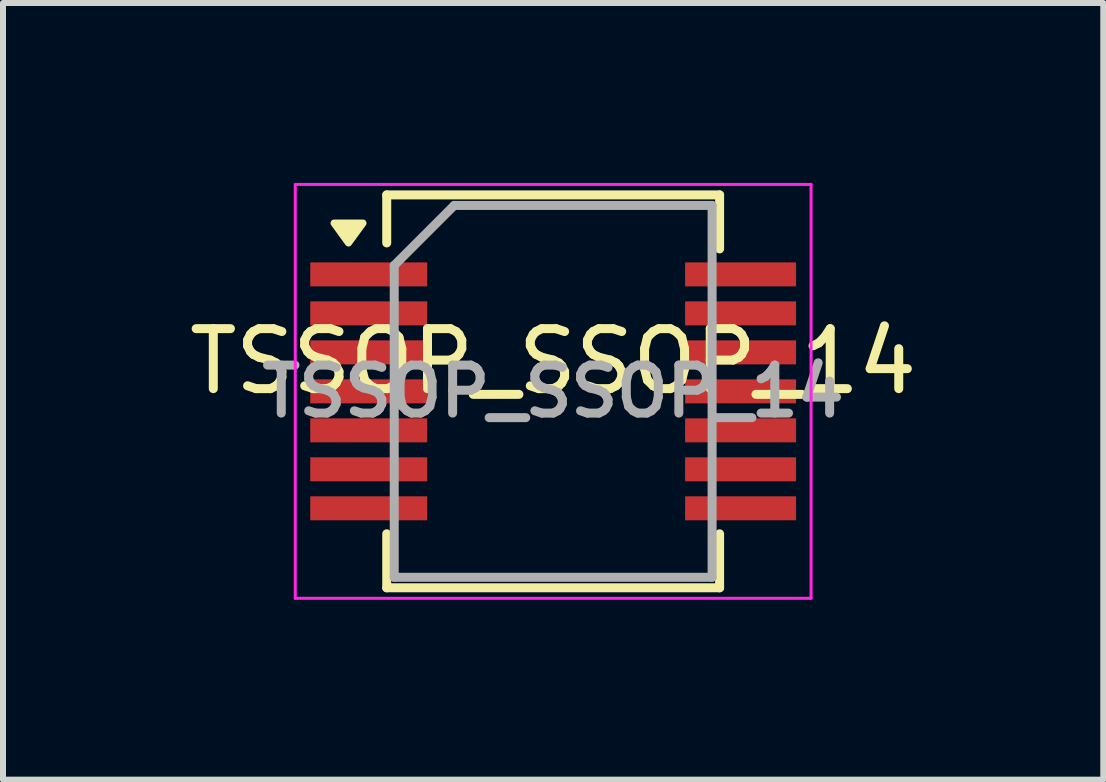
<source format=kicad_pcb>
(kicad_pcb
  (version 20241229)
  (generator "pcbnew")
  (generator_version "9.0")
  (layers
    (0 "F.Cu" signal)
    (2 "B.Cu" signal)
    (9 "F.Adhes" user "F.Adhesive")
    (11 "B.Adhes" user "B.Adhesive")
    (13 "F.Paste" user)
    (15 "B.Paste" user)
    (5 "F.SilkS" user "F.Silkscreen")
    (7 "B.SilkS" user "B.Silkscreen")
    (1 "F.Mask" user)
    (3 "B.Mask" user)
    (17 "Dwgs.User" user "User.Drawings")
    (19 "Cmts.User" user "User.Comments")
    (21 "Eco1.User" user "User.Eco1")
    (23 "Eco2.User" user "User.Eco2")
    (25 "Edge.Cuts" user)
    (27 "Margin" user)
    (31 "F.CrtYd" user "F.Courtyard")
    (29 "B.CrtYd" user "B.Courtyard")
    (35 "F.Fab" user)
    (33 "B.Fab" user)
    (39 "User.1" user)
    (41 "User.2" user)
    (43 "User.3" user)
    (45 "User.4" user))
  (footprint "TSSOP_SSOP_14"
    (layer "F.Cu")
    (at 6.173 3.475)
    (property "Reference" "TSSOP_SSOP_14" (at 0 -0.5 0) (unlocked yes) (layer "F.SilkS") (effects (font (size 1 1) (thickness 0.15))))
    (attr smd)
    (fp_line (start -2.775 -3.275) (end -2.775 -2.475) (stroke (width 0.15) (type solid)) (layer "F.SilkS"))
    (fp_line (start -2.775 -3.275) (end 2.775 -3.275) (stroke (width 0.15) (type solid)) (layer "F.SilkS"))
    (fp_line (start -2.775 3.275) (end -2.775 2.375) (stroke (width 0.15) (type solid)) (layer "F.SilkS"))
    (fp_line (start -2.775 3.275) (end 2.775 3.275) (stroke (width 0.15) (type solid)) (layer "F.SilkS"))
    (fp_line (start 2.775 -3.275) (end 2.775 -2.375) (stroke (width 0.15) (type solid)) (layer "F.SilkS"))
    (fp_line (start 2.775 3.275) (end 2.775 2.375) (stroke (width 0.15) (type solid)) (layer "F.SilkS"))
    (fp_poly (pts (xy -3.413 -2.475) (xy -3.652 -2.805) (xy -3.172 -2.805) (xy -3.413 -2.475)) (stroke (width 0.12) (type solid)) (fill yes) (layer "F.SilkS"))
    (fp_line (start -4.3 -3.45) (end -4.3 3.45) (stroke (width 0.05) (type solid)) (layer "F.CrtYd"))
    (fp_line (start -4.3 -3.45) (end 4.3 -3.45) (stroke (width 0.05) (type solid)) (layer "F.CrtYd"))
    (fp_line (start -4.3 3.45) (end 4.3 3.45) (stroke (width 0.05) (type solid)) (layer "F.CrtYd"))
    (fp_line (start 4.3 -3.45) (end 4.3 3.45) (stroke (width 0.05) (type solid)) (layer "F.CrtYd"))
    (fp_line (start -2.65 -2.1) (end -1.65 -3.1) (stroke (width 0.15) (type solid)) (layer "F.Fab"))
    (fp_line (start -2.65 3.1) (end -2.65 -2.1) (stroke (width 0.15) (type solid)) (layer "F.Fab"))
    (fp_line (start -1.65 -3.1) (end 2.65 -3.1) (stroke (width 0.15) (type solid)) (layer "F.Fab"))
    (fp_line (start 2.65 -3.1) (end 2.65 3.1) (stroke (width 0.15) (type solid)) (layer "F.Fab"))
    (fp_line (start 2.65 3.1) (end -2.65 3.1) (stroke (width 0.15) (type solid)) (layer "F.Fab"))
    (fp_text user "${REFERENCE}" (at 0 0 0) (layer "F.Fab") (effects (font (size 0.8 0.8) (thickness 0.15))))
    (pad "1" smd rect (at -3.075 -1.95) (size 1.95 0.4) (layers "F.Cu" "F.Mask" "F.Paste"))
    (pad "2" smd rect (at -3.075 -1.3) (size 1.95 0.4) (layers "F.Cu" "F.Mask" "F.Paste"))
    (pad "3" smd rect (at -3.075 -0.65) (size 1.95 0.4) (layers "F.Cu" "F.Mask" "F.Paste"))
    (pad "4" smd rect (at -3.075 0) (size 1.95 0.4) (layers "F.Cu" "F.Mask" "F.Paste"))
    (pad "5" smd rect (at -3.075 0.65) (size 1.95 0.4) (layers "F.Cu" "F.Mask" "F.Paste"))
    (pad "6" smd rect (at -3.075 1.3) (size 1.95 0.4) (layers "F.Cu" "F.Mask" "F.Paste"))
    (pad "7" smd rect (at -3.075 1.95) (size 1.95 0.4) (layers "F.Cu" "F.Mask" "F.Paste"))
    (pad "8" smd rect (at 3.125 1.95) (size 1.85 0.4) (layers "F.Cu" "F.Mask" "F.Paste"))
    (pad "9" smd rect (at 3.125 1.3) (size 1.85 0.4) (layers "F.Cu" "F.Mask" "F.Paste"))
    (pad "10" smd rect (at 3.125 0.65) (size 1.85 0.4) (layers "F.Cu" "F.Mask" "F.Paste"))
    (pad "11" smd rect (at 3.125 0) (size 1.85 0.4) (layers "F.Cu" "F.Mask" "F.Paste"))
    (pad "12" smd rect (at 3.125 -0.65) (size 1.85 0.4) (layers "F.Cu" "F.Mask" "F.Paste"))
    (pad "13" smd rect (at 3.125 -1.3) (size 1.85 0.4) (layers "F.Cu" "F.Mask" "F.Paste"))
    (pad "14" smd rect (at 3.125 -1.95) (size 1.85 0.4) (layers "F.Cu" "F.Mask" "F.Paste")))
  (gr_rect
    (start -3 -3)
    (end 15.345 9.95)
    (stroke (width 0.1) (type default))
    (fill no)
    (layer "Edge.Cuts")))
</source>
